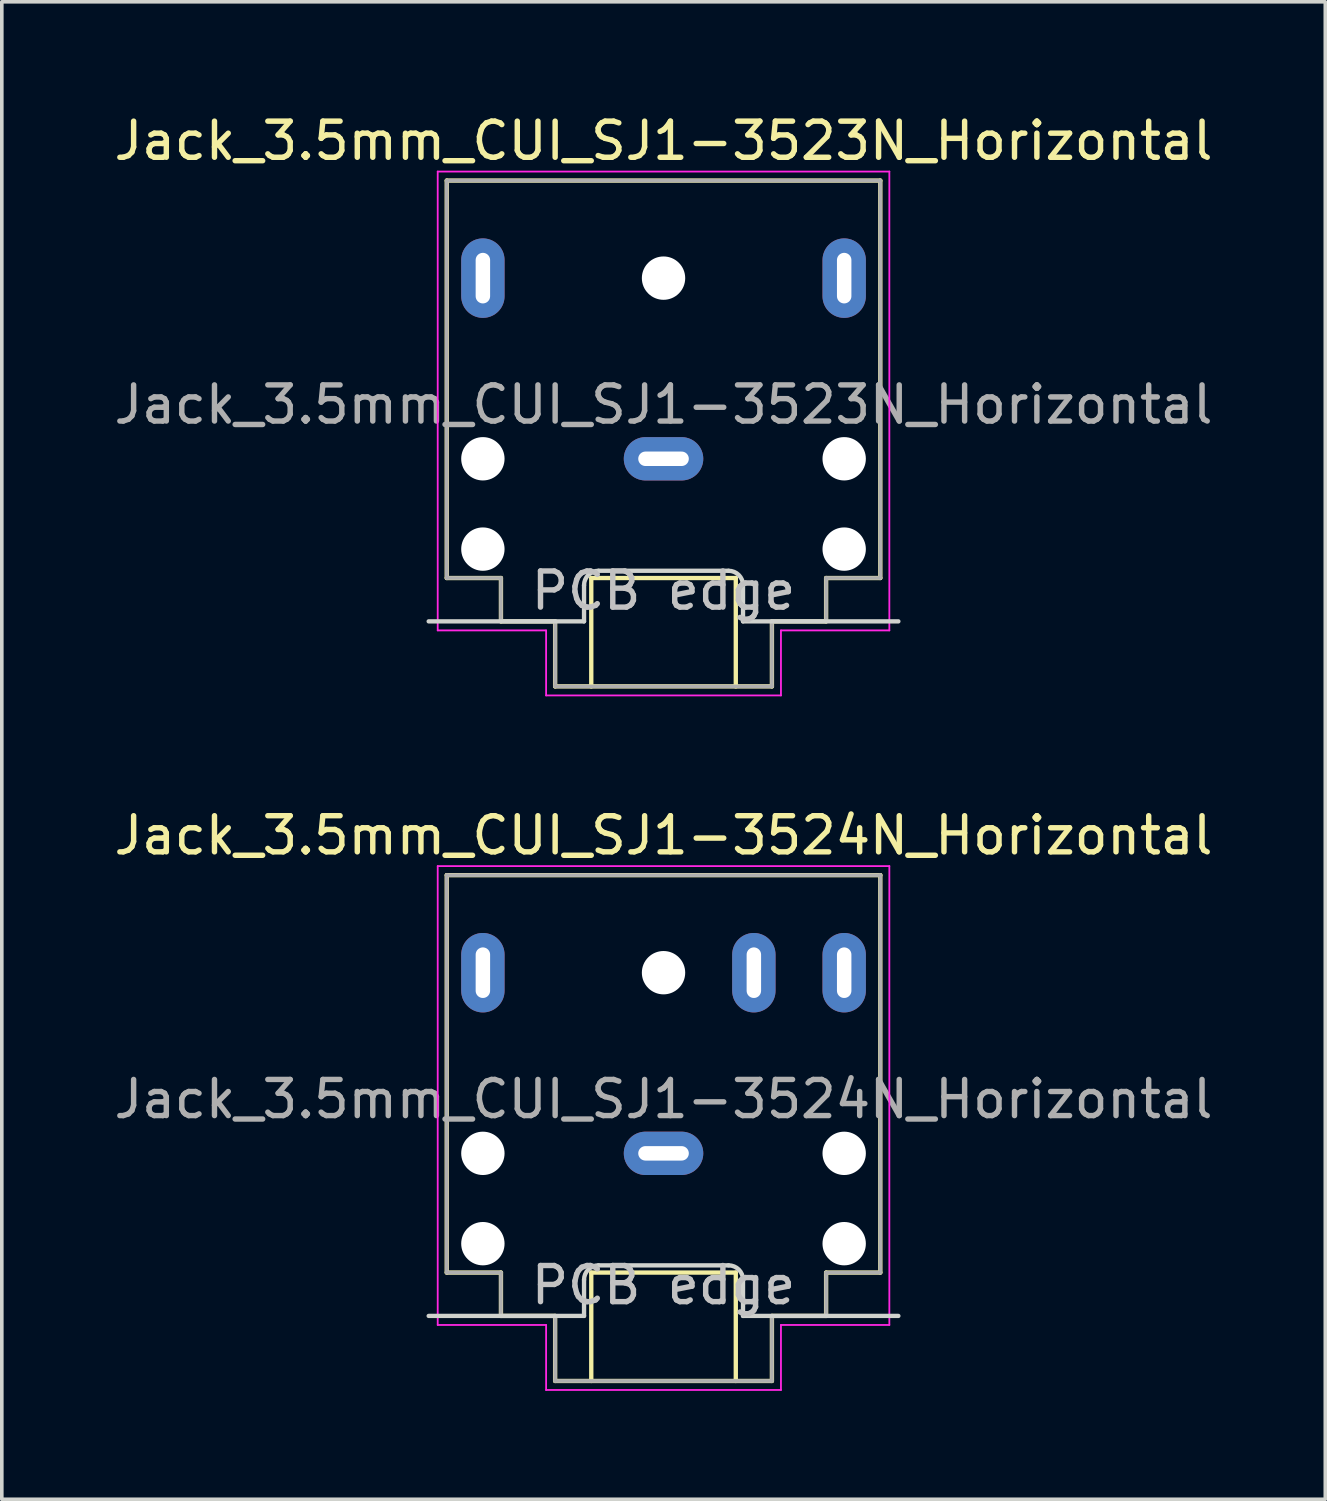
<source format=kicad_pcb>
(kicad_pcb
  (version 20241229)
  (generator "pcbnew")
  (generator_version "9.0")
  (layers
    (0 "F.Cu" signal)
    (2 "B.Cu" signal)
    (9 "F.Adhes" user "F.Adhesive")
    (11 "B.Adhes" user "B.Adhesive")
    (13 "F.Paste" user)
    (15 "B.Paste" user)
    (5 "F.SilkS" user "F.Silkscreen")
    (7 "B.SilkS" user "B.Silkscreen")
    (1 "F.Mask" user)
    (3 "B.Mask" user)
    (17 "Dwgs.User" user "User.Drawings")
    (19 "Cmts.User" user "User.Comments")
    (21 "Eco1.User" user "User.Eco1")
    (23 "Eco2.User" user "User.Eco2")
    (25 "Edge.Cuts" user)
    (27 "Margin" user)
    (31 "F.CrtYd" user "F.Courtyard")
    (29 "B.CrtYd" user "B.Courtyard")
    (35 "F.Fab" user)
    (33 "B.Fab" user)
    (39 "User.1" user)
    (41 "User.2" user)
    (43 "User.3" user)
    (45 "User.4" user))
  (footprint "Jack_3.5mm_CUI_SJ1-3524N_Horizontal"
    (layer "F.Cu")
    (at 15.315 28.872)
    (property "Reference" "Jack_3.5mm_CUI_SJ1-3524N_Horizontal" (at 0 -8.8 0) (layer "F.SilkS") (effects (font (size 1 1) (thickness 0.15))))
    (attr through_hole exclude_from_pos_files exclude_from_bom)
    (fp_line (start -6 -7.7) (end 6 -7.7) (stroke (width 0.12) (type solid)) (layer "F.SilkS"))
    (fp_line (start -6 3.3) (end -6 -7.7) (stroke (width 0.12) (type solid)) (layer "F.SilkS"))
    (fp_line (start -4.5 3.3) (end -6 3.3) (stroke (width 0.12) (type solid)) (layer "F.SilkS"))
    (fp_line (start -4.5 4.5) (end -4.5 3.3) (stroke (width 0.12) (type solid)) (layer "F.SilkS"))
    (fp_line (start -3 4.5) (end -4.5 4.5) (stroke (width 0.12) (type solid)) (layer "F.SilkS"))
    (fp_line (start -3 6.3) (end -3 4.5) (stroke (width 0.12) (type solid)) (layer "F.SilkS"))
    (fp_line (start -2 3.3) (end -2 6.3) (stroke (width 0.12) (type solid)) (layer "F.SilkS"))
    (fp_line (start 2 3.3) (end -2 3.3) (stroke (width 0.12) (type solid)) (layer "F.SilkS"))
    (fp_line (start 2 6.3) (end 2 3.3) (stroke (width 0.12) (type solid)) (layer "F.SilkS"))
    (fp_line (start 3 4.5) (end 3 6.3) (stroke (width 0.12) (type solid)) (layer "F.SilkS"))
    (fp_line (start 3 6.3) (end -3 6.3) (stroke (width 0.12) (type solid)) (layer "F.SilkS"))
    (fp_line (start 4.5 3.3) (end 4.5 4.5) (stroke (width 0.12) (type solid)) (layer "F.SilkS"))
    (fp_line (start 4.5 4.5) (end 3 4.5) (stroke (width 0.12) (type solid)) (layer "F.SilkS"))
    (fp_line (start 6 -7.7) (end 6 3.3) (stroke (width 0.12) (type solid)) (layer "F.SilkS"))
    (fp_line (start 6 3.3) (end 4.5 3.3) (stroke (width 0.12) (type solid)) (layer "F.SilkS"))
    (fp_line (start -2.2 3.5) (end -2.2 4.5) (stroke (width 0.12) (type solid)) (layer "Edge.Cuts"))
    (fp_line (start -2.2 4.5) (end -6.5 4.5) (stroke (width 0.12) (type solid)) (layer "Edge.Cuts"))
    (fp_line (start 1.8 3.1) (end -1.8 3.1) (stroke (width 0.12) (type solid)) (layer "Edge.Cuts"))
    (fp_line (start 2.2 3.5) (end 2.2 4.5) (stroke (width 0.12) (type solid)) (layer "Edge.Cuts"))
    (fp_line (start 2.2 4.5) (end 6.5 4.5) (stroke (width 0.12) (type solid)) (layer "Edge.Cuts"))
    (fp_arc (start -2.2 3.5) (mid -2.082842 3.217158) (end -1.8 3.1) (stroke (width 0.12) (type solid)) (layer "Edge.Cuts"))
    (fp_arc (start 1.8 3.1) (mid 2.082843 3.217157) (end 2.2 3.5) (stroke (width 0.12) (type solid)) (layer "Edge.Cuts"))
    (fp_line (start -6.25 -7.95) (end -6.25 4.75) (stroke (width 0.05) (type solid)) (layer "F.CrtYd"))
    (fp_line (start -6.25 4.75) (end -3.25 4.75) (stroke (width 0.05) (type solid)) (layer "F.CrtYd"))
    (fp_line (start -3.25 4.75) (end -3.25 6.55) (stroke (width 0.05) (type solid)) (layer "F.CrtYd"))
    (fp_line (start -3.25 6.55) (end 3.25 6.55) (stroke (width 0.05) (type solid)) (layer "F.CrtYd"))
    (fp_line (start 3.25 4.75) (end 6.25 4.75) (stroke (width 0.05) (type solid)) (layer "F.CrtYd"))
    (fp_line (start 3.25 6.55) (end 3.25 4.75) (stroke (width 0.05) (type solid)) (layer "F.CrtYd"))
    (fp_line (start 6.25 -7.95) (end -6.25 -7.95) (stroke (width 0.05) (type solid)) (layer "F.CrtYd"))
    (fp_line (start 6.25 4.5) (end 6.25 -7.95) (stroke (width 0.05) (type solid)) (layer "F.CrtYd"))
    (fp_line (start 6.25 4.75) (end 6.25 4.5) (stroke (width 0.05) (type solid)) (layer "F.CrtYd"))
    (fp_line (start -6 -7.7) (end 6 -7.7) (stroke (width 0.1) (type solid)) (layer "F.Fab"))
    (fp_line (start -6 3.3) (end -6 -7.7) (stroke (width 0.1) (type solid)) (layer "F.Fab"))
    (fp_line (start -4.5 3.3) (end -6 3.3) (stroke (width 0.1) (type solid)) (layer "F.Fab"))
    (fp_line (start -4.5 4.5) (end -4.5 3.3) (stroke (width 0.1) (type solid)) (layer "F.Fab"))
    (fp_line (start -4.5 4.5) (end -3 4.5) (stroke (width 0.1) (type solid)) (layer "F.Fab"))
    (fp_line (start -3 4.5) (end -3 6.3) (stroke (width 0.1) (type solid)) (layer "F.Fab"))
    (fp_line (start -3 6.3) (end 3 6.3) (stroke (width 0.1) (type solid)) (layer "F.Fab"))
    (fp_line (start 3 4.5) (end 3 6.3) (stroke (width 0.1) (type solid)) (layer "F.Fab"))
    (fp_line (start 4.5 3.3) (end 6 3.3) (stroke (width 0.1) (type solid)) (layer "F.Fab"))
    (fp_line (start 4.5 4.5) (end 3 4.5) (stroke (width 0.1) (type solid)) (layer "F.Fab"))
    (fp_line (start 4.5 4.5) (end 4.5 3.3) (stroke (width 0.1) (type solid)) (layer "F.Fab"))
    (fp_line (start 6 3.3) (end 6 -7.7) (stroke (width 0.1) (type solid)) (layer "F.Fab"))
    (fp_text user "PCB edge" (at 0 3.65 0) (unlocked yes) (layer "Dwgs.User") (effects (font (size 1 1) (thickness 0.15))))
    (fp_text user "${REFERENCE}" (at 0 -1.5 0) (layer "F.Fab") (effects (font (size 1 1) (thickness 0.15))))
    (pad "" np_thru_hole circle (at -5 0) (size 1.2 1.2) (drill 1.2) (layers "*.Cu"))
    (pad "" np_thru_hole circle (at -5 2.5) (size 1.2 1.2) (drill 1.2) (layers "*.Cu"))
    (pad "" np_thru_hole circle (at 0 -5) (size 1.2 1.2) (drill 1.2) (layers "*.Cu"))
    (pad "" np_thru_hole circle (at 5 0) (size 1.2 1.2) (drill 1.2) (layers "*.Cu"))
    (pad "" np_thru_hole circle (at 5 2.5) (size 1.2 1.2) (drill 1.2) (layers "*.Cu"))
    (pad "R" thru_hole oval (at -5 -5) (size 1.2 2.2) (drill oval 0.4 1.4) (layers "*.Cu" "*.Mask"))
    (pad "S" thru_hole oval (at 0 0) (size 2.2 1.2) (drill oval 1.4 0.4) (layers "*.Cu" "*.Mask"))
    (pad "T" thru_hole oval (at 5 -5 180) (size 1.2 2.2) (drill oval 0.4 1.4) (layers "*.Cu" "*.Mask"))
    (pad "TN" thru_hole oval (at 2.5 -5 180) (size 1.2 2.2) (drill oval 0.4 1.4) (layers "*.Cu" "*.Mask")))
  (footprint "Jack_3.5mm_CUI_SJ1-3523N_Horizontal"
    (layer "F.Cu")
    (at 15.315 9.648)
    (property "Reference" "Jack_3.5mm_CUI_SJ1-3523N_Horizontal" (at 0 -8.8 0) (layer "F.SilkS") (effects (font (size 1 1) (thickness 0.15))))
    (attr through_hole exclude_from_pos_files exclude_from_bom)
    (fp_line (start -6 -7.7) (end 6 -7.7) (stroke (width 0.12) (type solid)) (layer "F.SilkS"))
    (fp_line (start -6 3.3) (end -6 -7.7) (stroke (width 0.12) (type solid)) (layer "F.SilkS"))
    (fp_line (start -4.5 3.3) (end -6 3.3) (stroke (width 0.12) (type solid)) (layer "F.SilkS"))
    (fp_line (start -4.5 4.5) (end -4.5 3.3) (stroke (width 0.12) (type solid)) (layer "F.SilkS"))
    (fp_line (start -3 4.5) (end -4.5 4.5) (stroke (width 0.12) (type solid)) (layer "F.SilkS"))
    (fp_line (start -3 6.3) (end -3 4.5) (stroke (width 0.12) (type solid)) (layer "F.SilkS"))
    (fp_line (start -2 3.3) (end -2 6.3) (stroke (width 0.12) (type solid)) (layer "F.SilkS"))
    (fp_line (start 2 3.3) (end -2 3.3) (stroke (width 0.12) (type solid)) (layer "F.SilkS"))
    (fp_line (start 2 6.3) (end 2 3.3) (stroke (width 0.12) (type solid)) (layer "F.SilkS"))
    (fp_line (start 3 4.5) (end 3 6.3) (stroke (width 0.12) (type solid)) (layer "F.SilkS"))
    (fp_line (start 3 6.3) (end -3 6.3) (stroke (width 0.12) (type solid)) (layer "F.SilkS"))
    (fp_line (start 4.5 3.3) (end 4.5 4.5) (stroke (width 0.12) (type solid)) (layer "F.SilkS"))
    (fp_line (start 4.5 4.5) (end 3 4.5) (stroke (width 0.12) (type solid)) (layer "F.SilkS"))
    (fp_line (start 6 -7.7) (end 6 3.3) (stroke (width 0.12) (type solid)) (layer "F.SilkS"))
    (fp_line (start 6 3.3) (end 4.5 3.3) (stroke (width 0.12) (type solid)) (layer "F.SilkS"))
    (fp_line (start -2.2 3.5) (end -2.2 4.5) (stroke (width 0.12) (type solid)) (layer "Edge.Cuts"))
    (fp_line (start -2.2 4.5) (end -6.5 4.5) (stroke (width 0.12) (type solid)) (layer "Edge.Cuts"))
    (fp_line (start 1.8 3.1) (end -1.8 3.1) (stroke (width 0.12) (type solid)) (layer "Edge.Cuts"))
    (fp_line (start 2.2 3.5) (end 2.2 4.5) (stroke (width 0.12) (type solid)) (layer "Edge.Cuts"))
    (fp_line (start 2.2 4.5) (end 6.5 4.5) (stroke (width 0.12) (type solid)) (layer "Edge.Cuts"))
    (fp_arc (start -2.2 3.5) (mid -2.082843 3.217158) (end -1.8 3.1) (stroke (width 0.12) (type solid)) (layer "Edge.Cuts"))
    (fp_arc (start 1.8 3.1) (mid 2.082843 3.217157) (end 2.2 3.5) (stroke (width 0.12) (type solid)) (layer "Edge.Cuts"))
    (fp_line (start -6.25 -7.95) (end -6.25 4.75) (stroke (width 0.05) (type solid)) (layer "F.CrtYd"))
    (fp_line (start -6.25 4.75) (end -3.25 4.75) (stroke (width 0.05) (type solid)) (layer "F.CrtYd"))
    (fp_line (start -3.25 4.75) (end -3.25 6.55) (stroke (width 0.05) (type solid)) (layer "F.CrtYd"))
    (fp_line (start -3.25 6.55) (end 3.25 6.55) (stroke (width 0.05) (type solid)) (layer "F.CrtYd"))
    (fp_line (start 3.25 4.75) (end 6.25 4.75) (stroke (width 0.05) (type solid)) (layer "F.CrtYd"))
    (fp_line (start 3.25 6.55) (end 3.25 4.75) (stroke (width 0.05) (type solid)) (layer "F.CrtYd"))
    (fp_line (start 6.25 -7.95) (end -6.25 -7.95) (stroke (width 0.05) (type solid)) (layer "F.CrtYd"))
    (fp_line (start 6.25 4.5) (end 6.25 -7.95) (stroke (width 0.05) (type solid)) (layer "F.CrtYd"))
    (fp_line (start 6.25 4.75) (end 6.25 4.5) (stroke (width 0.05) (type solid)) (layer "F.CrtYd"))
    (fp_line (start -6 -7.7) (end 6 -7.7) (stroke (width 0.1) (type solid)) (layer "F.Fab"))
    (fp_line (start -6 3.3) (end -6 -7.7) (stroke (width 0.1) (type solid)) (layer "F.Fab"))
    (fp_line (start -4.5 3.3) (end -6 3.3) (stroke (width 0.1) (type solid)) (layer "F.Fab"))
    (fp_line (start -4.5 4.5) (end -4.5 3.3) (stroke (width 0.1) (type solid)) (layer "F.Fab"))
    (fp_line (start -4.5 4.5) (end -3 4.5) (stroke (width 0.1) (type solid)) (layer "F.Fab"))
    (fp_line (start -3 4.5) (end -3 6.3) (stroke (width 0.1) (type solid)) (layer "F.Fab"))
    (fp_line (start -3 6.3) (end 3 6.3) (stroke (width 0.1) (type solid)) (layer "F.Fab"))
    (fp_line (start 3 4.5) (end 3 6.3) (stroke (width 0.1) (type solid)) (layer "F.Fab"))
    (fp_line (start 4.5 3.3) (end 6 3.3) (stroke (width 0.1) (type solid)) (layer "F.Fab"))
    (fp_line (start 4.5 4.5) (end 3 4.5) (stroke (width 0.1) (type solid)) (layer "F.Fab"))
    (fp_line (start 4.5 4.5) (end 4.5 3.3) (stroke (width 0.1) (type solid)) (layer "F.Fab"))
    (fp_line (start 6 3.3) (end 6 -7.7) (stroke (width 0.1) (type solid)) (layer "F.Fab"))
    (fp_text user "PCB edge" (at 0 3.65 0) (unlocked yes) (layer "Dwgs.User") (effects (font (size 1 1) (thickness 0.15))))
    (fp_text user "${REFERENCE}" (at 0 -1.5 0) (layer "F.Fab") (effects (font (size 1 1) (thickness 0.15))))
    (pad "" np_thru_hole circle (at -5 0) (size 1.2 1.2) (drill 1.2) (layers "*.Cu"))
    (pad "" np_thru_hole circle (at -5 2.5) (size 1.2 1.2) (drill 1.2) (layers "*.Cu"))
    (pad "" np_thru_hole circle (at 0 -5) (size 1.2 1.2) (drill 1.2) (layers "*.Cu"))
    (pad "" np_thru_hole circle (at 5 0) (size 1.2 1.2) (drill 1.2) (layers "*.Cu"))
    (pad "" np_thru_hole circle (at 5 2.5) (size 1.2 1.2) (drill 1.2) (layers "*.Cu"))
    (pad "R" thru_hole oval (at -5 -5) (size 1.2 2.2) (drill oval 0.4 1.4) (layers "*.Cu" "*.Mask"))
    (pad "S" thru_hole oval (at 0 0) (size 2.2 1.2) (drill oval 1.4 0.4) (layers "*.Cu" "*.Mask"))
    (pad "T" thru_hole oval (at 5 -5 180) (size 1.2 2.2) (drill oval 0.4 1.4) (layers "*.Cu" "*.Mask")))
  (gr_rect
    (start -3 -3)
    (end 33.631 38.447)
    (stroke (width 0.1) (type default))
    (fill no)
    (layer "Edge.Cuts")))
</source>
